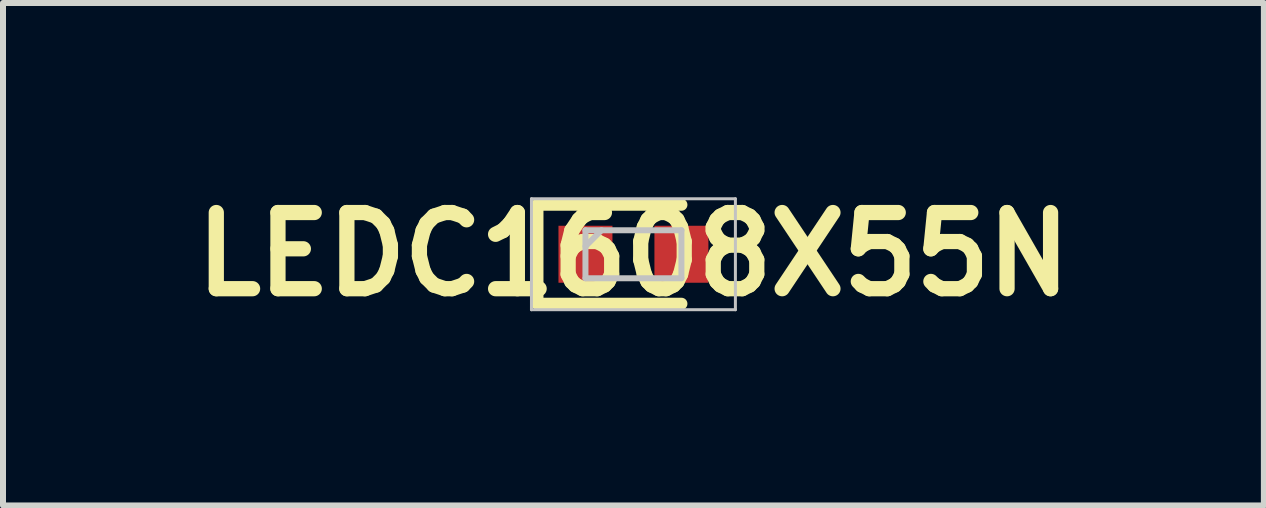
<source format=kicad_pcb>
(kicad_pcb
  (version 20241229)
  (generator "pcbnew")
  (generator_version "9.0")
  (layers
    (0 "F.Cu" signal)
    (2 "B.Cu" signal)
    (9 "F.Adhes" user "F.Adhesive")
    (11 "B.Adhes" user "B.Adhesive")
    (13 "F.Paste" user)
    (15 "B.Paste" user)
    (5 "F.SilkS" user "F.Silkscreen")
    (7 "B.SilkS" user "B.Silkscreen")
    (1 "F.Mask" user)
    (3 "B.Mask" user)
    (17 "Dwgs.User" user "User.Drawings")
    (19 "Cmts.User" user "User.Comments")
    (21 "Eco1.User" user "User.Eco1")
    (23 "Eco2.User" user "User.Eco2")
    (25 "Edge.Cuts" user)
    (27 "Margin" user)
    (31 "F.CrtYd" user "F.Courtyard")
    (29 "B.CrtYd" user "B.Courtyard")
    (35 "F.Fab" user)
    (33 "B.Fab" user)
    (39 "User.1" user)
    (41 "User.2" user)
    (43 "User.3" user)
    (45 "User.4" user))
  (footprint "LEDC1608X55N"
    (layer "F.Cu")
    (at 7.511 1.189)
    (property "Reference" "LEDC1608X55N" (at 0 0 0) (layer "F.SilkS") (effects (font (size 1.27 1.27) (thickness 0.254))))
    (attr smd)
    (fp_line (start -1.6 -0.825) (end -1.6 0.825) (stroke (width 0.2) (type solid)) (layer "F.SilkS"))
    (fp_line (start -1.6 0.825) (end 0.8 0.825) (stroke (width 0.2) (type solid)) (layer "F.SilkS"))
    (fp_line (start 0.8 -0.825) (end -1.6 -0.825) (stroke (width 0.2) (type solid)) (layer "F.SilkS"))
    (fp_line (start -1.7 -0.925) (end 1.7 -0.925) (stroke (width 0.05) (type solid)) (layer "Dwgs.User"))
    (fp_line (start -1.7 0.925) (end -1.7 -0.925) (stroke (width 0.05) (type solid)) (layer "Dwgs.User"))
    (fp_line (start -0.8 -0.4) (end 0.8 -0.4) (stroke (width 0.1) (type solid)) (layer "Dwgs.User"))
    (fp_line (start -0.8 -0.133) (end -0.533 -0.4) (stroke (width 0.1) (type solid)) (layer "Dwgs.User"))
    (fp_line (start -0.8 0.4) (end -0.8 -0.4) (stroke (width 0.1) (type solid)) (layer "Dwgs.User"))
    (fp_line (start 0.8 -0.4) (end 0.8 0.4) (stroke (width 0.1) (type solid)) (layer "Dwgs.User"))
    (fp_line (start 0.8 0.4) (end -0.8 0.4) (stroke (width 0.1) (type solid)) (layer "Dwgs.User"))
    (fp_line (start 1.7 -0.925) (end 1.7 0.925) (stroke (width 0.05) (type solid)) (layer "Dwgs.User"))
    (fp_line (start 1.7 0.925) (end -1.7 0.925) (stroke (width 0.05) (type solid)) (layer "Dwgs.User"))
    (pad "1" smd rect (at -0.8 0) (size 0.9 0.95) (layers "F.Cu" "F.Mask" "F.Paste"))
    (pad "2" smd rect (at 0.8 0) (size 0.9 0.95) (layers "F.Cu" "F.Mask" "F.Paste")))
  (gr_rect
    (start -3 -3)
    (end 18.022 5.377)
    (stroke (width 0.1) (type default))
    (fill no)
    (layer "Edge.Cuts")))
</source>
